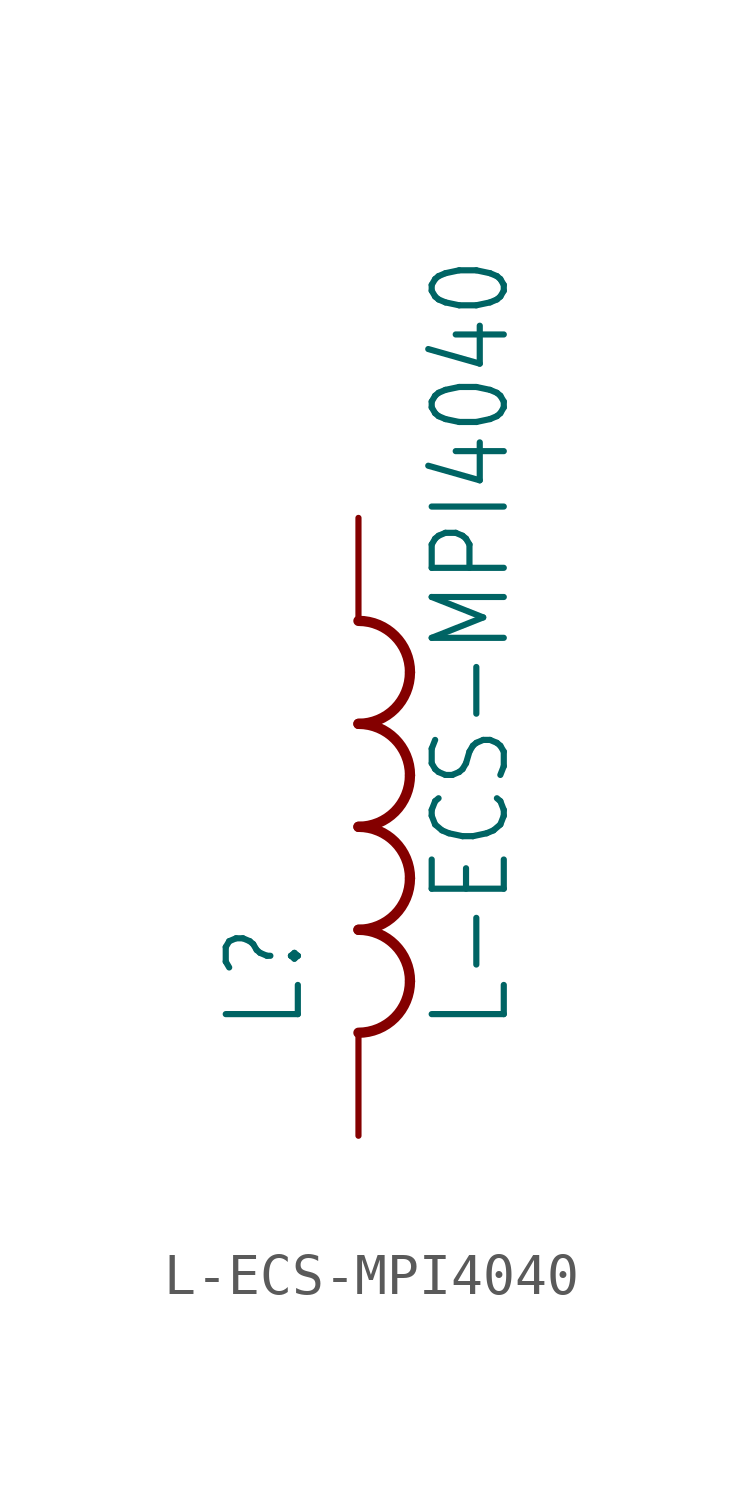
<source format=kicad_sym>
(kicad_symbol_lib
  (version 20211014)
  (generator kicad_symbol_editor)
  (symbol "L-ECS-MPI4040"
    (property "Reference" "L"
      (at -1.27 -5.08 90)
      (effects (font (size 1.778 1.511)) (justify left bottom)))
    (property "Value" "L-ECS-MPI4040"
      (at 3.81 -5.08 90)
      (effects (font (size 1.778 1.511)) (justify left bottom)))
    (property "ki_locked" ""
      (at 0 0 0)
      (effects (font (size 1.27 1.27))))
    (symbol "L-ECS-MPI4040_1_0"
      (arc (start 0 -5.08) (mid 0.898 -4.708) (end 1.27 -3.81) (stroke (width 0.254) (type default) (color 0 0 0 0)) (fill (type none)))
      (arc (start 0 -2.54) (mid 0.898 -2.168) (end 1.27 -1.27) (stroke (width 0.254) (type default) (color 0 0 0 0)) (fill (type none)))
      (arc (start 0 0) (mid 0.898 0.372) (end 1.27 1.27) (stroke (width 0.254) (type default) (color 0 0 0 0)) (fill (type none)))
      (arc (start 0 2.54) (mid 0.898 2.912) (end 1.27 3.81) (stroke (width 0.254) (type default) (color 0 0 0 0)) (fill (type none)))
      (arc (start 1.27 -3.81) (mid 0.898 -2.912) (end 0 -2.54) (stroke (width 0.254) (type default) (color 0 0 0 0)) (fill (type none)))
      (arc (start 1.27 -1.27) (mid 0.898 -0.372) (end 0 0) (stroke (width 0.254) (type default) (color 0 0 0 0)) (fill (type none)))
      (arc (start 1.27 1.27) (mid 0.898 2.168) (end 0 2.54) (stroke (width 0.254) (type default) (color 0 0 0 0)) (fill (type none)))
      (arc (start 1.27 3.81) (mid 0.898 4.708) (end 0 5.08) (stroke (width 0.254) (type default) (color 0 0 0 0)) (fill (type none)))
      (pin passive line (at 0 7.62 270) (length 2.54) (name "1" (effects (font (size 0 0)))) (number "1" (effects (font (size 0 0)))))
      (pin passive line (at 0 -7.62 90) (length 2.54) (name "2" (effects (font (size 0 0)))) (number "2" (effects (font (size 0 0))))))))
</source>
